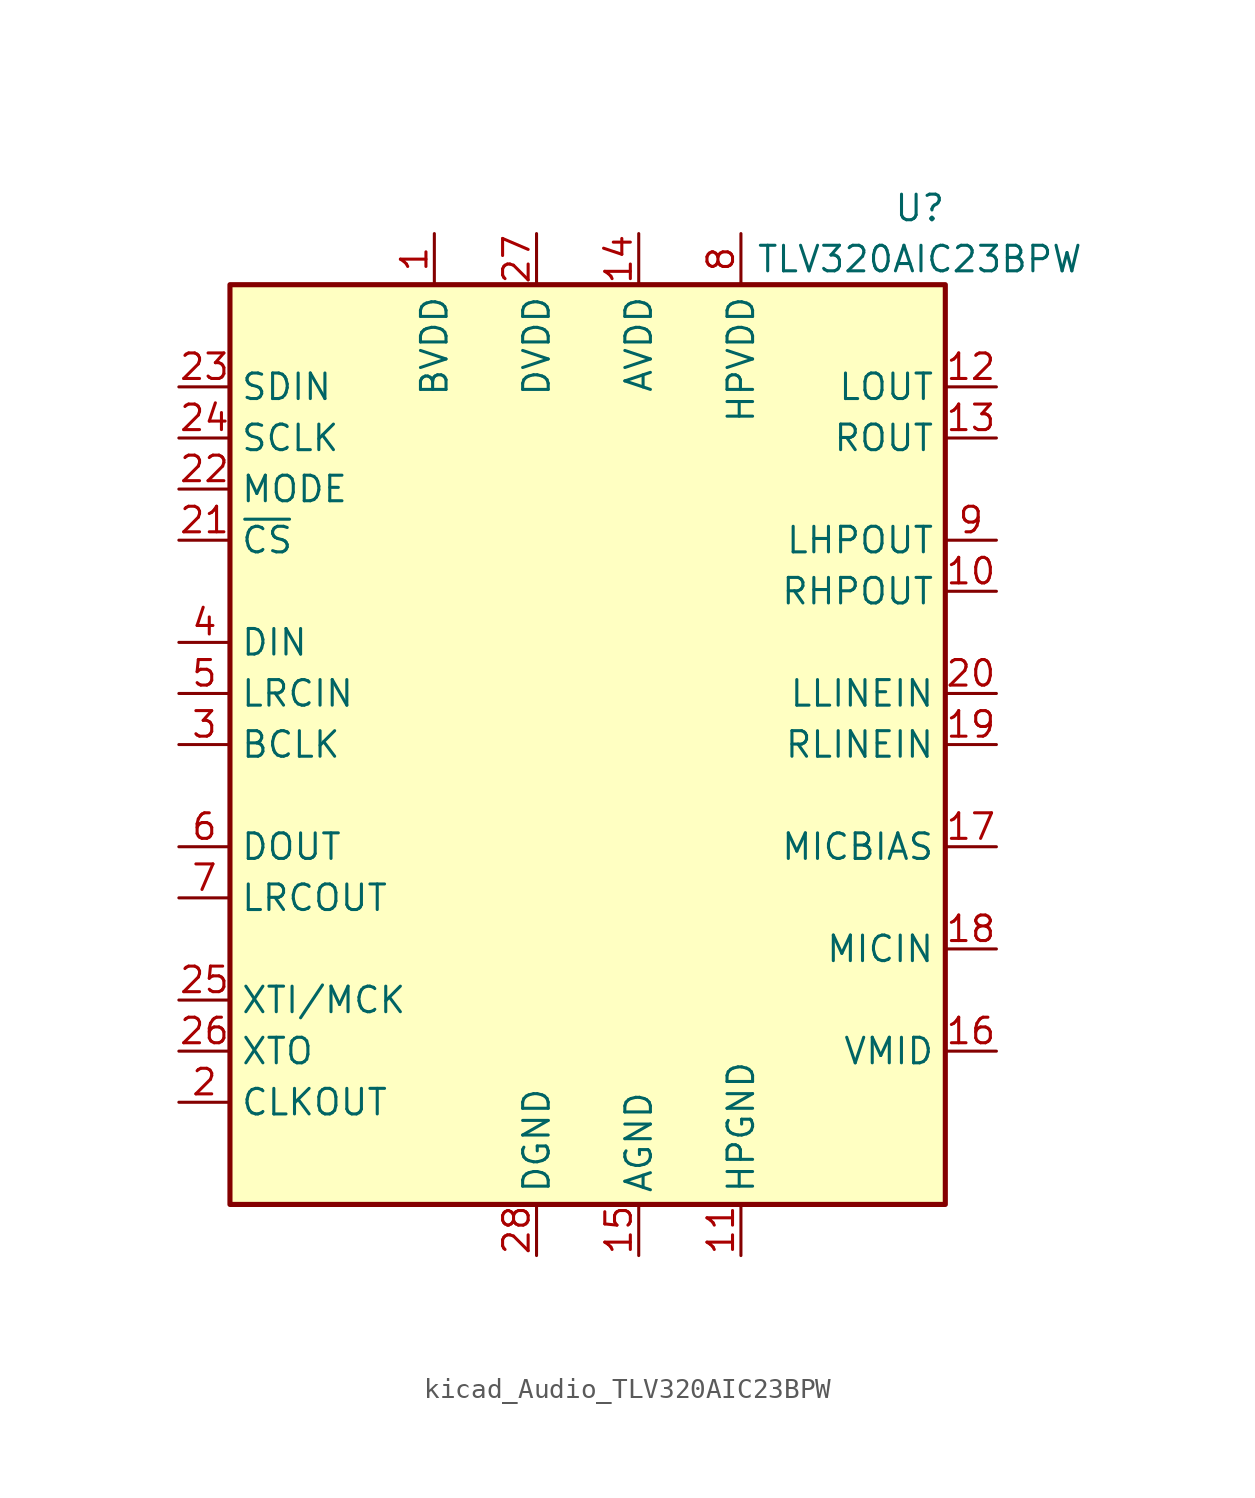
<source format=kicad_sym>
(kicad_symbol_lib
  (version 20220914)
  (generator kicad_symbol_editor)
  (symbol "kicad_Audio_TLV320AIC23BPW"
    (property "Reference" "U"
      (at 16.51 26.67 0)
      (effects (font (size 1.27 1.27))))
    (property "Value" "TLV320AIC23BPW"
      (at 16.51 24.13 0)
      (effects (font (size 1.27 1.27))))
    (symbol "kicad_Audio_TLV320AIC23BPW_0_1"
      (rectangle (start -17.78 22.86) (end 17.78 -22.86) (stroke (width 0.254) (type default)) (fill (type background))))
    (symbol "kicad_Audio_TLV320AIC23BPW_1_1"
      (pin power_in line (at -7.62 25.4 270) (length 2.54) (name "BVDD" (effects (font (size 1.27 1.27)))) (number "1" (effects (font (size 1.27 1.27)))))
      (pin passive line (at 20.32 7.62 180) (length 2.54) (name "RHPOUT" (effects (font (size 1.27 1.27)))) (number "10" (effects (font (size 1.27 1.27)))))
      (pin power_in line (at 7.62 -25.4 90) (length 2.54) (name "HPGND" (effects (font (size 1.27 1.27)))) (number "11" (effects (font (size 1.27 1.27)))))
      (pin passive line (at 20.32 17.78 180) (length 2.54) (name "LOUT" (effects (font (size 1.27 1.27)))) (number "12" (effects (font (size 1.27 1.27)))))
      (pin passive line (at 20.32 15.24 180) (length 2.54) (name "ROUT" (effects (font (size 1.27 1.27)))) (number "13" (effects (font (size 1.27 1.27)))))
      (pin power_in line (at 2.54 25.4 270) (length 2.54) (name "AVDD" (effects (font (size 1.27 1.27)))) (number "14" (effects (font (size 1.27 1.27)))))
      (pin power_in line (at 2.54 -25.4 90) (length 2.54) (name "AGND" (effects (font (size 1.27 1.27)))) (number "15" (effects (font (size 1.27 1.27)))))
      (pin passive line (at 20.32 -15.24 180) (length 2.54) (name "VMID" (effects (font (size 1.27 1.27)))) (number "16" (effects (font (size 1.27 1.27)))))
      (pin passive line (at 20.32 -5.08 180) (length 2.54) (name "MICBIAS" (effects (font (size 1.27 1.27)))) (number "17" (effects (font (size 1.27 1.27)))))
      (pin passive line (at 20.32 -10.16 180) (length 2.54) (name "MICIN" (effects (font (size 1.27 1.27)))) (number "18" (effects (font (size 1.27 1.27)))))
      (pin passive line (at 20.32 0 180) (length 2.54) (name "RLINEIN" (effects (font (size 1.27 1.27)))) (number "19" (effects (font (size 1.27 1.27)))))
      (pin output line (at -20.32 -17.78 0) (length 2.54) (name "CLKOUT" (effects (font (size 1.27 1.27)))) (number "2" (effects (font (size 1.27 1.27)))))
      (pin passive line (at 20.32 2.54 180) (length 2.54) (name "LLINEIN" (effects (font (size 1.27 1.27)))) (number "20" (effects (font (size 1.27 1.27)))))
      (pin input line (at -20.32 10.16 0) (length 2.54) (name "~{CS}" (effects (font (size 1.27 1.27)))) (number "21" (effects (font (size 1.27 1.27)))))
      (pin input line (at -20.32 12.7 0) (length 2.54) (name "MODE" (effects (font (size 1.27 1.27)))) (number "22" (effects (font (size 1.27 1.27)))))
      (pin input line (at -20.32 17.78 0) (length 2.54) (name "SDIN" (effects (font (size 1.27 1.27)))) (number "23" (effects (font (size 1.27 1.27)))))
      (pin input line (at -20.32 15.24 0) (length 2.54) (name "SCLK" (effects (font (size 1.27 1.27)))) (number "24" (effects (font (size 1.27 1.27)))))
      (pin passive line (at -20.32 -12.7 0) (length 2.54) (name "XTI/MCK" (effects (font (size 1.27 1.27)))) (number "25" (effects (font (size 1.27 1.27)))))
      (pin passive line (at -20.32 -15.24 0) (length 2.54) (name "XTO" (effects (font (size 1.27 1.27)))) (number "26" (effects (font (size 1.27 1.27)))))
      (pin power_in line (at -2.54 25.4 270) (length 2.54) (name "DVDD" (effects (font (size 1.27 1.27)))) (number "27" (effects (font (size 1.27 1.27)))))
      (pin power_in line (at -2.54 -25.4 90) (length 2.54) (name "DGND" (effects (font (size 1.27 1.27)))) (number "28" (effects (font (size 1.27 1.27)))))
      (pin bidirectional line (at -20.32 0 0) (length 2.54) (name "BCLK" (effects (font (size 1.27 1.27)))) (number "3" (effects (font (size 1.27 1.27)))))
      (pin input line (at -20.32 5.08 0) (length 2.54) (name "DIN" (effects (font (size 1.27 1.27)))) (number "4" (effects (font (size 1.27 1.27)))))
      (pin input line (at -20.32 2.54 0) (length 2.54) (name "LRCIN" (effects (font (size 1.27 1.27)))) (number "5" (effects (font (size 1.27 1.27)))))
      (pin output line (at -20.32 -5.08 0) (length 2.54) (name "DOUT" (effects (font (size 1.27 1.27)))) (number "6" (effects (font (size 1.27 1.27)))))
      (pin output line (at -20.32 -7.62 0) (length 2.54) (name "LRCOUT" (effects (font (size 1.27 1.27)))) (number "7" (effects (font (size 1.27 1.27)))))
      (pin power_in line (at 7.62 25.4 270) (length 2.54) (name "HPVDD" (effects (font (size 1.27 1.27)))) (number "8" (effects (font (size 1.27 1.27)))))
      (pin passive line (at 20.32 10.16 180) (length 2.54) (name "LHPOUT" (effects (font (size 1.27 1.27)))) (number "9" (effects (font (size 1.27 1.27))))))))
</source>
